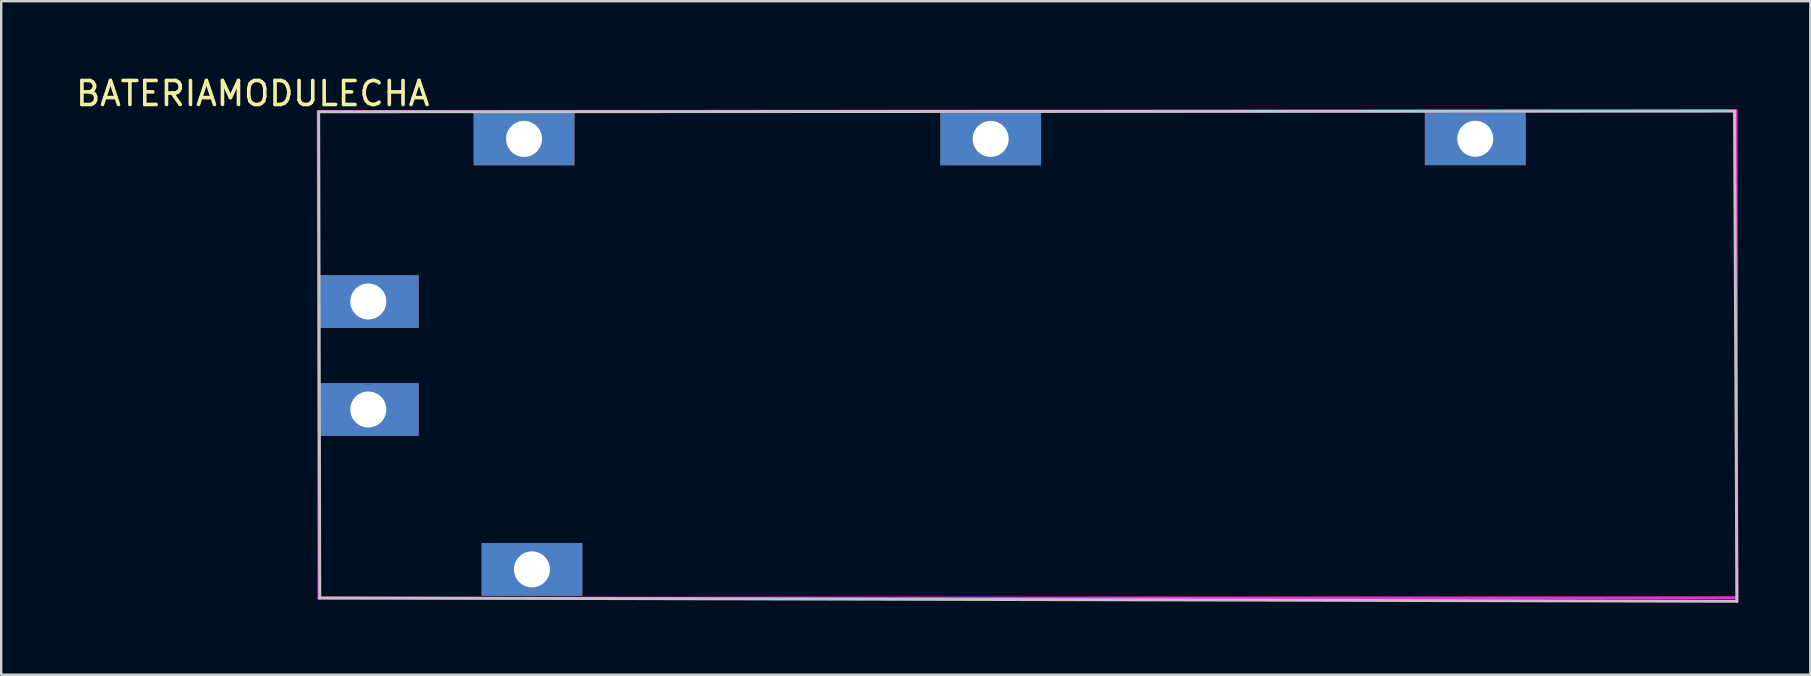
<source format=kicad_pcb>
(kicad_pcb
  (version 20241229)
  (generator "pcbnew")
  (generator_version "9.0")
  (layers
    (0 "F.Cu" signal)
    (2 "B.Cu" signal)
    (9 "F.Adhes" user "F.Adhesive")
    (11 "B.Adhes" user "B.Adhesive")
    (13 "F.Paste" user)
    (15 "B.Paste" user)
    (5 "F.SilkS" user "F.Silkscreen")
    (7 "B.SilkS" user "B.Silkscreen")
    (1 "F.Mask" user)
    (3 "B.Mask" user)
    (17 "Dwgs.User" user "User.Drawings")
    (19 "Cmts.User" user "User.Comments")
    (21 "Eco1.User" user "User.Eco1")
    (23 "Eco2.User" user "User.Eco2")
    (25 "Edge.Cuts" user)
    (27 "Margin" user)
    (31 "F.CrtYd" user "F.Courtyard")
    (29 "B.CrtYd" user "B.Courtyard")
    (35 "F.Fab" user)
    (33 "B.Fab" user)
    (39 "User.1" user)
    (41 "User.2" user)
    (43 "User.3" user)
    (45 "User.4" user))
  (footprint "BATERIAMODULECHA"
    (layer "F.Cu")
    (at 10.23 1.651)
    (property "Reference" "BATERIAMODULECHA" (at -2.748 -0.803 180) (layer "F.SilkS") (effects (font (size 1 1) (thickness 0.15))))
    (attr through_hole)
    (fp_line (start 0.01 -0.041) (end 58.994 -0.071) (stroke (width 0.12) (type solid)) (layer "Dwgs.User"))
    (fp_line (start 0.046 20.213) (end 0 -0.036) (stroke (width 0.12) (type solid)) (layer "Dwgs.User"))
    (fp_line (start 58.994 -0.071) (end 59.096 20.356) (stroke (width 0.12) (type solid)) (layer "Dwgs.User"))
    (fp_line (start 59.096 20.356) (end 0.046 20.213) (stroke (width 0.12) (type solid)) (layer "Dwgs.User"))
    (fp_line (start 0.005 -0.056) (end 59.06 -0.086) (stroke (width 0.12) (type solid)) (layer "F.CrtYd"))
    (fp_line (start 0.01 20.229) (end -0.02 -0.056) (stroke (width 0.12) (type solid)) (layer "F.CrtYd"))
    (fp_line (start 59.06 -0.086) (end 59.096 20.208) (stroke (width 0.12) (type solid)) (layer "F.CrtYd"))
    (fp_line (start 59.096 20.208) (end 0.01 20.229) (stroke (width 0.12) (type solid)) (layer "F.CrtYd"))
    (pad "1" thru_hole rect (at 2.066 12.362) (size 4.2 2.2) (drill 1.5) (layers "*.Cu" "*.Mask"))
    (pad "2" thru_hole rect (at 2.066 7.862) (size 4.2 2.2) (drill 1.5) (layers "*.Cu" "*.Mask"))
    (pad "3" thru_hole rect (at 48.193 1.082) (size 4.2 2.2) (drill 1.5) (layers "*.Cu" "*.Mask"))
    (pad "4" thru_hole rect (at 28.001 1.087) (size 4.2 2.2) (drill 1.5) (layers "*.Cu" "*.Mask"))
    (pad "5" thru_hole rect (at 8.557 1.087) (size 4.2 2.2) (drill 1.5) (layers "*.Cu" "*.Mask"))
    (pad "6" thru_hole rect (at 8.886 19.025) (size 4.2 2.2) (drill 1.5) (layers "*.Cu" "*.Mask")))
  (gr_rect
    (start -3 -3)
    (end 72.386 25.066)
    (stroke (width 0.1) (type default))
    (fill no)
    (layer "Edge.Cuts")))
</source>
